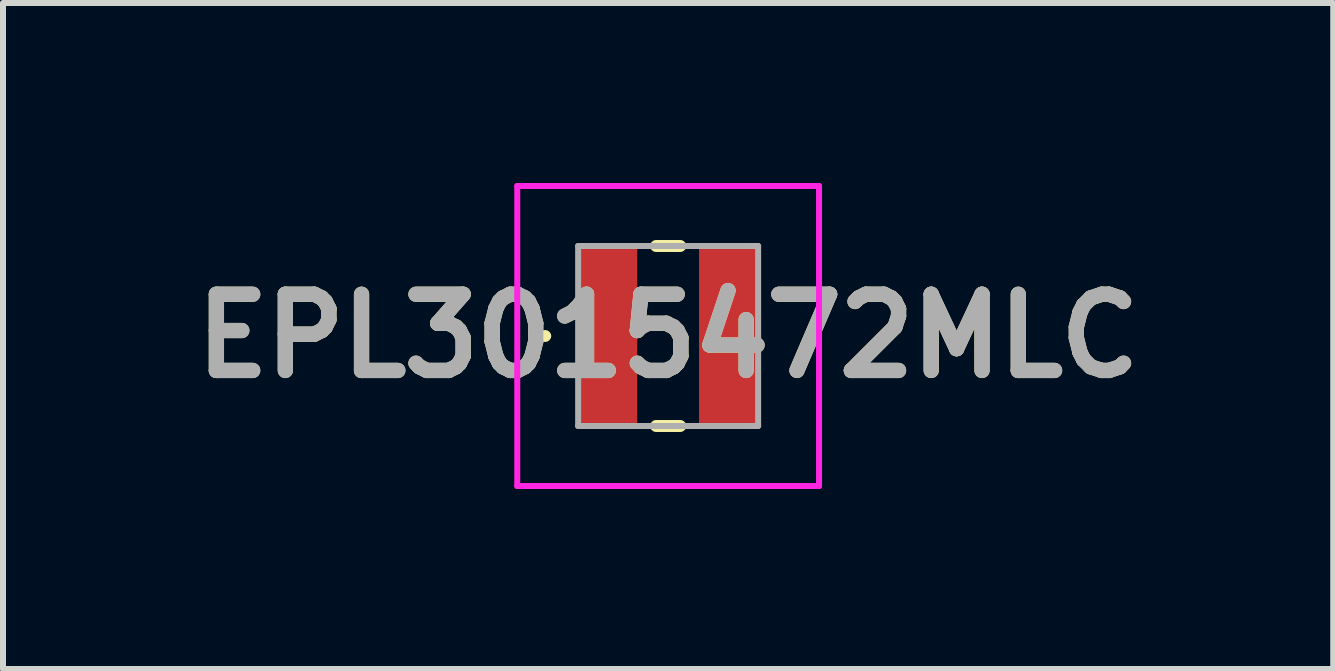
<source format=kicad_pcb>
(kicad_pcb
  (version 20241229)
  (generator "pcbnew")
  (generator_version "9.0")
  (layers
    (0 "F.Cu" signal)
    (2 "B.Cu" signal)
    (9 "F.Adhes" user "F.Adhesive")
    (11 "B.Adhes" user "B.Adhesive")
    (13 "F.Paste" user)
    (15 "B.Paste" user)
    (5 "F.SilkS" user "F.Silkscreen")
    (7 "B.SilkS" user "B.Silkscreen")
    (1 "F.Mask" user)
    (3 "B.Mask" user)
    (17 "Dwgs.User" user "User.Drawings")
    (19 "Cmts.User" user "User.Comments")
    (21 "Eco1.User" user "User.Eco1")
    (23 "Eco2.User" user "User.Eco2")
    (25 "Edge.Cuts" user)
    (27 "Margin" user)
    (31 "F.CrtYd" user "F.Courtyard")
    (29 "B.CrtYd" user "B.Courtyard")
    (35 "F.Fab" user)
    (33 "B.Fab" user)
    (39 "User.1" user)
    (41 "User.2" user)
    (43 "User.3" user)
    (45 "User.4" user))
  (footprint "EPL3015472MLC"
    (layer "F.Cu")
    (at 8.086 2.55)
    (property "Reference" "EPL3015472MLC" (at 0 0 0) (layer "F.SilkS") (effects (font (size 1.27 1.27) (thickness 0.254))))
    (attr smd)
    (fp_line (start -2.1 0) (end -2.1 0) (stroke (width 0.1) (type solid)) (layer "F.SilkS"))
    (fp_line (start -2 0) (end -2 0) (stroke (width 0.1) (type solid)) (layer "F.SilkS"))
    (fp_line (start -0.2 -1.5) (end 0.2 -1.5) (stroke (width 0.2) (type solid)) (layer "F.SilkS"))
    (fp_line (start -0.2 1.5) (end 0.2 1.5) (stroke (width 0.2) (type solid)) (layer "F.SilkS"))
    (fp_arc (start -2.1 0) (mid -2.05 -0.05) (end -2 0) (stroke (width 0.1) (type solid)) (layer "F.SilkS"))
    (fp_arc (start -2 0) (mid -2.05 0.05) (end -2.1 0) (stroke (width 0.1) (type solid)) (layer "F.SilkS"))
    (fp_line (start -2.515 -2.5) (end 2.515 -2.5) (stroke (width 0.1) (type solid)) (layer "F.CrtYd"))
    (fp_line (start -2.515 2.5) (end -2.515 -2.5) (stroke (width 0.1) (type solid)) (layer "F.CrtYd"))
    (fp_line (start 2.515 -2.5) (end 2.515 2.5) (stroke (width 0.1) (type solid)) (layer "F.CrtYd"))
    (fp_line (start 2.515 2.5) (end -2.515 2.5) (stroke (width 0.1) (type solid)) (layer "F.CrtYd"))
    (fp_line (start -1.5 -1.5) (end -1.5 1.5) (stroke (width 0.1) (type solid)) (layer "F.Fab"))
    (fp_line (start -1.5 1.5) (end 1.5 1.5) (stroke (width 0.1) (type solid)) (layer "F.Fab"))
    (fp_line (start 1.5 -1.5) (end -1.5 -1.5) (stroke (width 0.1) (type solid)) (layer "F.Fab"))
    (fp_line (start 1.5 1.5) (end 1.5 -1.5) (stroke (width 0.1) (type solid)) (layer "F.Fab"))
    (fp_text user "${REFERENCE}" (at 0 0 0) (layer "F.Fab") (effects (font (size 1.27 1.27) (thickness 0.254))))
    (pad "1" smd rect (at -1.015 0) (size 1 2.9) (layers "F.Cu" "F.Mask" "F.Paste"))
    (pad "2" smd rect (at 1.015 0) (size 1 2.9) (layers "F.Cu" "F.Mask" "F.Paste")))
  (gr_rect
    (start -3 -3)
    (end 19.171 8.1)
    (stroke (width 0.1) (type default))
    (fill no)
    (layer "Edge.Cuts")))
</source>
